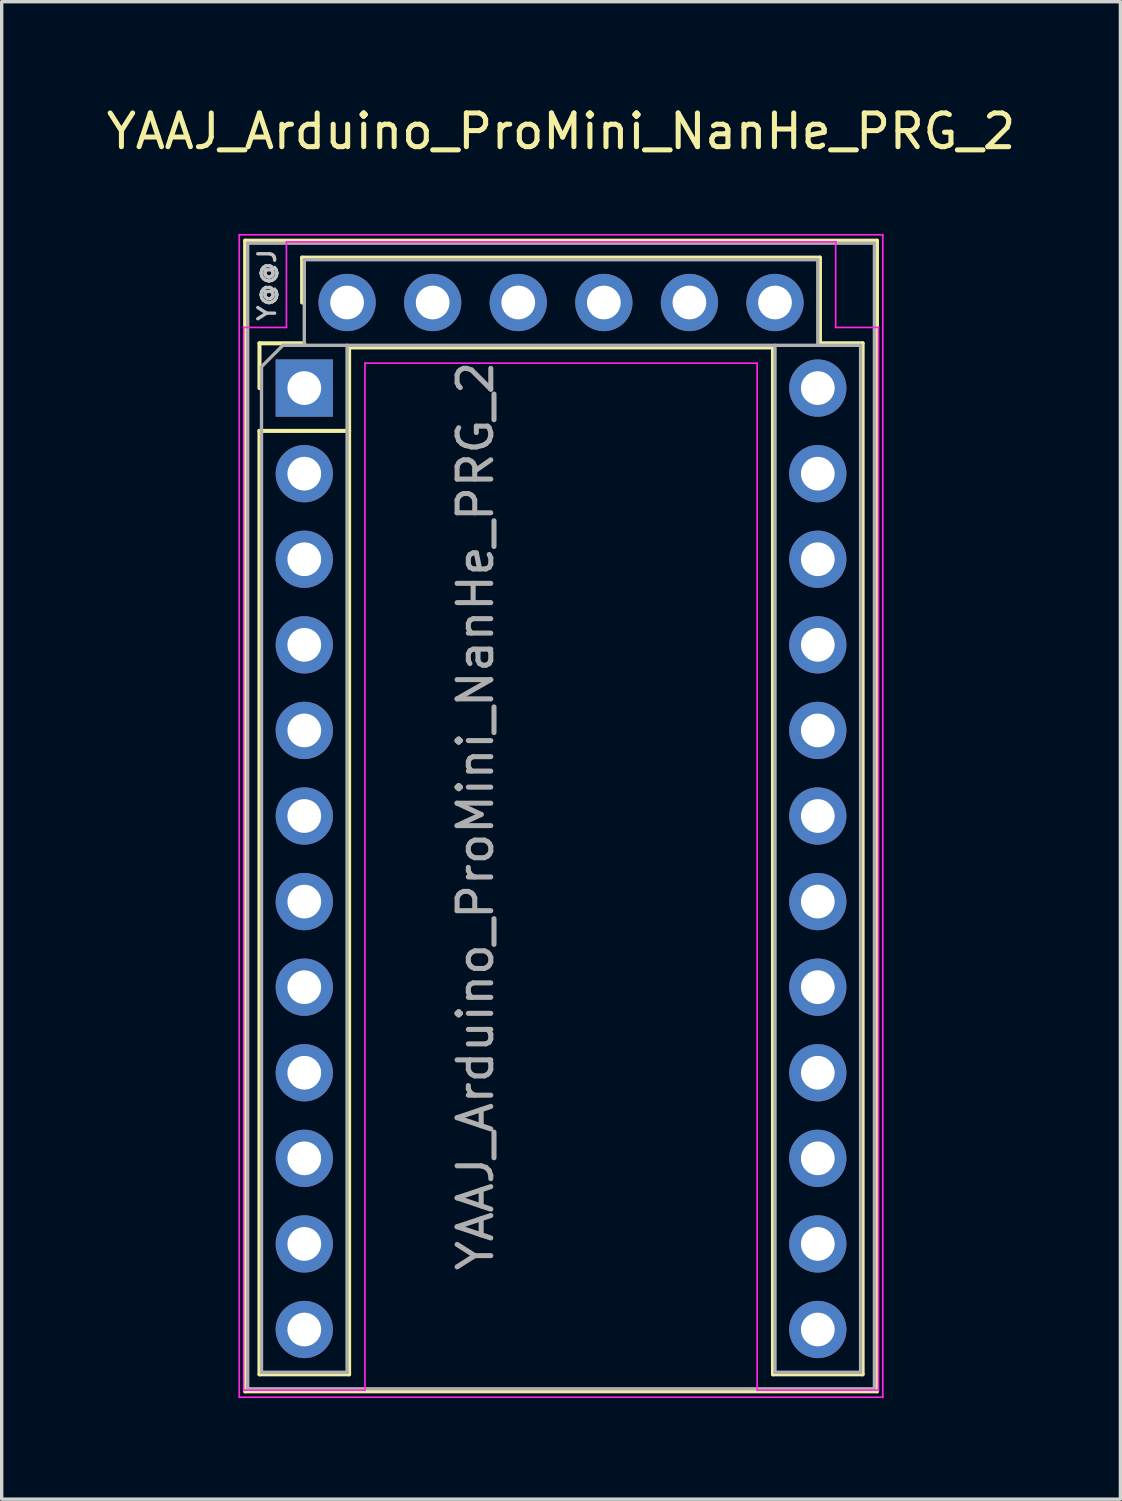
<source format=kicad_pcb>
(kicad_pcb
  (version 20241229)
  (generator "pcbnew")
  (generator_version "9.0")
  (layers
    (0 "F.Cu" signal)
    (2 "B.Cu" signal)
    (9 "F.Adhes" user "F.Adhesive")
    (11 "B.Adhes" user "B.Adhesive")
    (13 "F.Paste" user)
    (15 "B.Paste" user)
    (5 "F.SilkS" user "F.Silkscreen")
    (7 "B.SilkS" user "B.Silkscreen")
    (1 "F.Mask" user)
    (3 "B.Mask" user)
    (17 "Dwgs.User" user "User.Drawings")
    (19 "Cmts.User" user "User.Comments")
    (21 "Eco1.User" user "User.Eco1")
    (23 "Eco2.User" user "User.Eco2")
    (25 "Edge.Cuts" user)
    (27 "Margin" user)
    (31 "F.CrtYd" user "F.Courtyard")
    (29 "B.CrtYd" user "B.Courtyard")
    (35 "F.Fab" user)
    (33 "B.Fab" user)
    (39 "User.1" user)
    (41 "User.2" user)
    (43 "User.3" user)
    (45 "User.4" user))
  (footprint "YAAJ_Arduino_ProMini_NanHe_PRG_2"
    (layer "F.Cu")
    (at 5.981 8.468)
    (property "Reference" "YAAJ_Arduino_ProMini_NanHe_PRG_2" (at 7.62 -7.62 180) (layer "F.SilkS") (effects (font (size 1 1) (thickness 0.15))))
    (attr through_hole)
    (fp_line (start -1.755 -4.375) (end 16.995 -4.375) (stroke (width 0.12) (type solid)) (layer "F.SilkS"))
    (fp_line (start -1.755 29.775) (end -1.755 -4.375) (stroke (width 0.12) (type solid)) (layer "F.SilkS"))
    (fp_line (start -1.755 29.775) (end 16.995 29.775) (stroke (width 0.12) (type solid)) (layer "F.SilkS"))
    (fp_line (start -1.33 -1.33) (end 0 -1.33) (stroke (width 0.12) (type solid)) (layer "F.SilkS"))
    (fp_line (start -1.33 0) (end -1.33 -1.33) (stroke (width 0.12) (type solid)) (layer "F.SilkS"))
    (fp_line (start -1.33 1.27) (end -1.33 29.27) (stroke (width 0.12) (type solid)) (layer "F.SilkS"))
    (fp_line (start -1.33 1.27) (end 1.33 1.27) (stroke (width 0.12) (type solid)) (layer "F.SilkS"))
    (fp_line (start -1.33 29.27) (end 1.33 29.27) (stroke (width 0.12) (type solid)) (layer "F.SilkS"))
    (fp_line (start -0.064 -3.873) (end 15.303 -3.873) (stroke (width 0.12) (type solid)) (layer "F.SilkS"))
    (fp_line (start -0.064 -2.54) (end -0.064 -3.873) (stroke (width 0.12) (type solid)) (layer "F.SilkS"))
    (fp_line (start 1.33 1.27) (end 1.33 -1.206) (stroke (width 0.12) (type solid)) (layer "F.SilkS"))
    (fp_line (start 1.33 1.27) (end 1.33 29.27) (stroke (width 0.12) (type solid)) (layer "F.SilkS"))
    (fp_line (start 13.91 -1.206) (end 1.33 -1.206) (stroke (width 0.12) (type solid)) (layer "F.SilkS"))
    (fp_line (start 13.91 -1.206) (end 13.91 29.27) (stroke (width 0.12) (type solid)) (layer "F.SilkS"))
    (fp_line (start 13.91 29.27) (end 16.57 29.27) (stroke (width 0.12) (type solid)) (layer "F.SilkS"))
    (fp_line (start 15.303 -3.873) (end 15.303 -1.33) (stroke (width 0.12) (type solid)) (layer "F.SilkS"))
    (fp_line (start 15.303 -1.33) (end 16.57 -1.33) (stroke (width 0.12) (type solid)) (layer "F.SilkS"))
    (fp_line (start 16.57 -1.33) (end 16.57 29.27) (stroke (width 0.12) (type solid)) (layer "F.SilkS"))
    (fp_line (start 16.995 -4.375) (end 16.995 29.775) (stroke (width 0.12) (type solid)) (layer "F.SilkS"))
    (fp_line (start -1.93 -4.55) (end 17.17 -4.55) (stroke (width 0.05) (type solid)) (layer "F.CrtYd"))
    (fp_line (start -1.93 29.95) (end -1.93 -4.55) (stroke (width 0.05) (type solid)) (layer "F.CrtYd"))
    (fp_line (start -1.8 -1.8) (end -1.8 29.75) (stroke (width 0.05) (type solid)) (layer "F.CrtYd"))
    (fp_line (start -1.8 -1.8) (end -0.53 -1.8) (stroke (width 0.05) (type solid)) (layer "F.CrtYd"))
    (fp_line (start -1.8 29.74) (end 1.8 29.74) (stroke (width 0.05) (type solid)) (layer "F.CrtYd"))
    (fp_line (start -0.53 -4.34) (end -0.53 -1.8) (stroke (width 0.05) (type solid)) (layer "F.CrtYd"))
    (fp_line (start 1.8 -0.74) (end 13.44 -0.74) (stroke (width 0.05) (type solid)) (layer "F.CrtYd"))
    (fp_line (start 1.8 29.74) (end 1.8 -0.74) (stroke (width 0.05) (type solid)) (layer "F.CrtYd"))
    (fp_line (start 13.44 -0.74) (end 13.44 29.74) (stroke (width 0.05) (type solid)) (layer "F.CrtYd"))
    (fp_line (start 13.44 29.74) (end 17.04 29.74) (stroke (width 0.05) (type solid)) (layer "F.CrtYd"))
    (fp_line (start 15.77 -1.8) (end 15.77 -4.34) (stroke (width 0.05) (type solid)) (layer "F.CrtYd"))
    (fp_line (start 15.77 -1.8) (end 17.04 -1.8) (stroke (width 0.05) (type solid)) (layer "F.CrtYd"))
    (fp_line (start 15.784 -4.34) (end -0.53 -4.34) (stroke (width 0.05) (type solid)) (layer "F.CrtYd"))
    (fp_line (start 17.04 29.75) (end 17.04 -1.8) (stroke (width 0.05) (type solid)) (layer "F.CrtYd"))
    (fp_line (start 17.17 -4.55) (end 17.17 29.95) (stroke (width 0.05) (type solid)) (layer "F.CrtYd"))
    (fp_line (start 17.17 29.95) (end -1.93 29.95) (stroke (width 0.05) (type solid)) (layer "F.CrtYd"))
    (fp_line (start -1.68 -4.3) (end 16.92 -4.3) (stroke (width 0.1) (type solid)) (layer "F.Fab"))
    (fp_line (start -1.68 29.7) (end -1.68 -4.3) (stroke (width 0.1) (type solid)) (layer "F.Fab"))
    (fp_line (start -1.68 29.7) (end 16.92 29.7) (stroke (width 0.1) (type solid)) (layer "F.Fab"))
    (fp_line (start -1.27 -0.635) (end -0.635 -1.27) (stroke (width 0.1) (type solid)) (layer "F.Fab"))
    (fp_line (start -1.27 29.21) (end -1.27 -0.635) (stroke (width 0.1) (type solid)) (layer "F.Fab"))
    (fp_line (start -0.635 -1.27) (end 0 -1.27) (stroke (width 0.1) (type solid)) (layer "F.Fab"))
    (fp_line (start 0 -3.81) (end 15.24 -3.81) (stroke (width 0.1) (type solid)) (layer "F.Fab"))
    (fp_line (start 0 -1.27) (end 0 -3.81) (stroke (width 0.1) (type solid)) (layer "F.Fab"))
    (fp_line (start 1.27 -1.27) (end 1.27 29.21) (stroke (width 0.1) (type solid)) (layer "F.Fab"))
    (fp_line (start 1.27 29.21) (end -1.27 29.21) (stroke (width 0.1) (type solid)) (layer "F.Fab"))
    (fp_line (start 13.97 29.21) (end 13.97 -1.27) (stroke (width 0.1) (type solid)) (layer "F.Fab"))
    (fp_line (start 15.24 -3.81) (end 15.24 -1.27) (stroke (width 0.1) (type solid)) (layer "F.Fab"))
    (fp_line (start 15.24 -1.27) (end 0 -1.27) (stroke (width 0.1) (type solid)) (layer "F.Fab"))
    (fp_line (start 15.24 -1.27) (end 16.51 -1.27) (stroke (width 0.1) (type solid)) (layer "F.Fab"))
    (fp_line (start 16.51 -1.27) (end 16.51 29.21) (stroke (width 0.1) (type solid)) (layer "F.Fab"))
    (fp_line (start 16.51 29.21) (end 13.97 29.21) (stroke (width 0.1) (type solid)) (layer "F.Fab"))
    (fp_line (start 16.92 -4.3) (end 16.92 29.7) (stroke (width 0.1) (type solid)) (layer "F.Fab"))
    (fp_text user "Y@@J" (at -1.107 -3.058 90) (layer "Dwgs.User") (effects (font (size 0.5 0.5) (thickness 0.1))))
    (fp_text user "${REFERENCE}" (at 5.08 12.7 90) (layer "F.Fab") (effects (font (size 1 1) (thickness 0.15))))
    (pad "1" thru_hole rect (at 0 0) (size 1.7 1.7) (drill 1) (layers "*.Cu" "*.Mask"))
    (pad "2" thru_hole oval (at 0 2.54) (size 1.7 1.7) (drill 1) (layers "*.Cu" "*.Mask"))
    (pad "3" thru_hole oval (at 0 5.08) (size 1.7 1.7) (drill 1) (layers "*.Cu" "*.Mask"))
    (pad "4" thru_hole oval (at 0 7.62) (size 1.7 1.7) (drill 1) (layers "*.Cu" "*.Mask"))
    (pad "5" thru_hole oval (at 0 10.16) (size 1.7 1.7) (drill 1) (layers "*.Cu" "*.Mask"))
    (pad "6" thru_hole oval (at 0 12.7) (size 1.7 1.7) (drill 1) (layers "*.Cu" "*.Mask"))
    (pad "7" thru_hole oval (at 0 15.24) (size 1.7 1.7) (drill 1) (layers "*.Cu" "*.Mask"))
    (pad "8" thru_hole oval (at 0 17.78) (size 1.7 1.7) (drill 1) (layers "*.Cu" "*.Mask"))
    (pad "9" thru_hole oval (at 0 20.32) (size 1.7 1.7) (drill 1) (layers "*.Cu" "*.Mask"))
    (pad "10" thru_hole oval (at 0 22.86) (size 1.7 1.7) (drill 1) (layers "*.Cu" "*.Mask"))
    (pad "11" thru_hole oval (at 0 25.4) (size 1.7 1.7) (drill 1) (layers "*.Cu" "*.Mask"))
    (pad "12" thru_hole oval (at 0 27.94) (size 1.7 1.7) (drill 1) (layers "*.Cu" "*.Mask"))
    (pad "18" thru_hole oval (at 15.24 27.94) (size 1.7 1.7) (drill 1) (layers "*.Cu" "*.Mask"))
    (pad "19" thru_hole oval (at 15.24 25.4) (size 1.7 1.7) (drill 1) (layers "*.Cu" "*.Mask"))
    (pad "20" thru_hole oval (at 15.24 22.86) (size 1.7 1.7) (drill 1) (layers "*.Cu" "*.Mask"))
    (pad "21" thru_hole oval (at 15.24 20.32) (size 1.7 1.7) (drill 1) (layers "*.Cu" "*.Mask"))
    (pad "22" thru_hole oval (at 15.24 17.78) (size 1.7 1.7) (drill 1) (layers "*.Cu" "*.Mask"))
    (pad "23" thru_hole oval (at 15.24 15.24) (size 1.7 1.7) (drill 1) (layers "*.Cu" "*.Mask"))
    (pad "24" thru_hole oval (at 15.24 12.7) (size 1.7 1.7) (drill 1) (layers "*.Cu" "*.Mask"))
    (pad "25" thru_hole oval (at 15.24 10.16) (size 1.7 1.7) (drill 1) (layers "*.Cu" "*.Mask"))
    (pad "26" thru_hole oval (at 15.24 7.62) (size 1.7 1.7) (drill 1) (layers "*.Cu" "*.Mask"))
    (pad "27" thru_hole oval (at 15.24 5.08) (size 1.7 1.7) (drill 1) (layers "*.Cu" "*.Mask"))
    (pad "28" thru_hole oval (at 15.24 2.54) (size 1.7 1.7) (drill 1) (layers "*.Cu" "*.Mask"))
    (pad "29" thru_hole circle (at 15.24 0) (size 1.7 1.7) (drill 1) (layers "*.Cu" "*.Mask"))
    (pad "30" thru_hole oval (at 13.97 -2.54 90) (size 1.7 1.7) (drill 1) (layers "*.Cu" "*.Mask"))
    (pad "31" thru_hole oval (at 11.43 -2.54 90) (size 1.7 1.7) (drill 1) (layers "*.Cu" "*.Mask"))
    (pad "32" thru_hole oval (at 8.89 -2.54 90) (size 1.7 1.7) (drill 1) (layers "*.Cu" "*.Mask"))
    (pad "33" thru_hole oval (at 6.35 -2.54 90) (size 1.7 1.7) (drill 1) (layers "*.Cu" "*.Mask"))
    (pad "34" thru_hole oval (at 3.81 -2.54 90) (size 1.7 1.7) (drill 1) (layers "*.Cu" "*.Mask"))
    (pad "35" thru_hole circle (at 1.27 -2.54 90) (size 1.7 1.7) (drill 1) (layers "*.Cu" "*.Mask")))
  (gr_rect
    (start -3 -3)
    (end 30.202 41.443)
    (stroke (width 0.1) (type default))
    (fill no)
    (layer "Edge.Cuts")))
</source>
